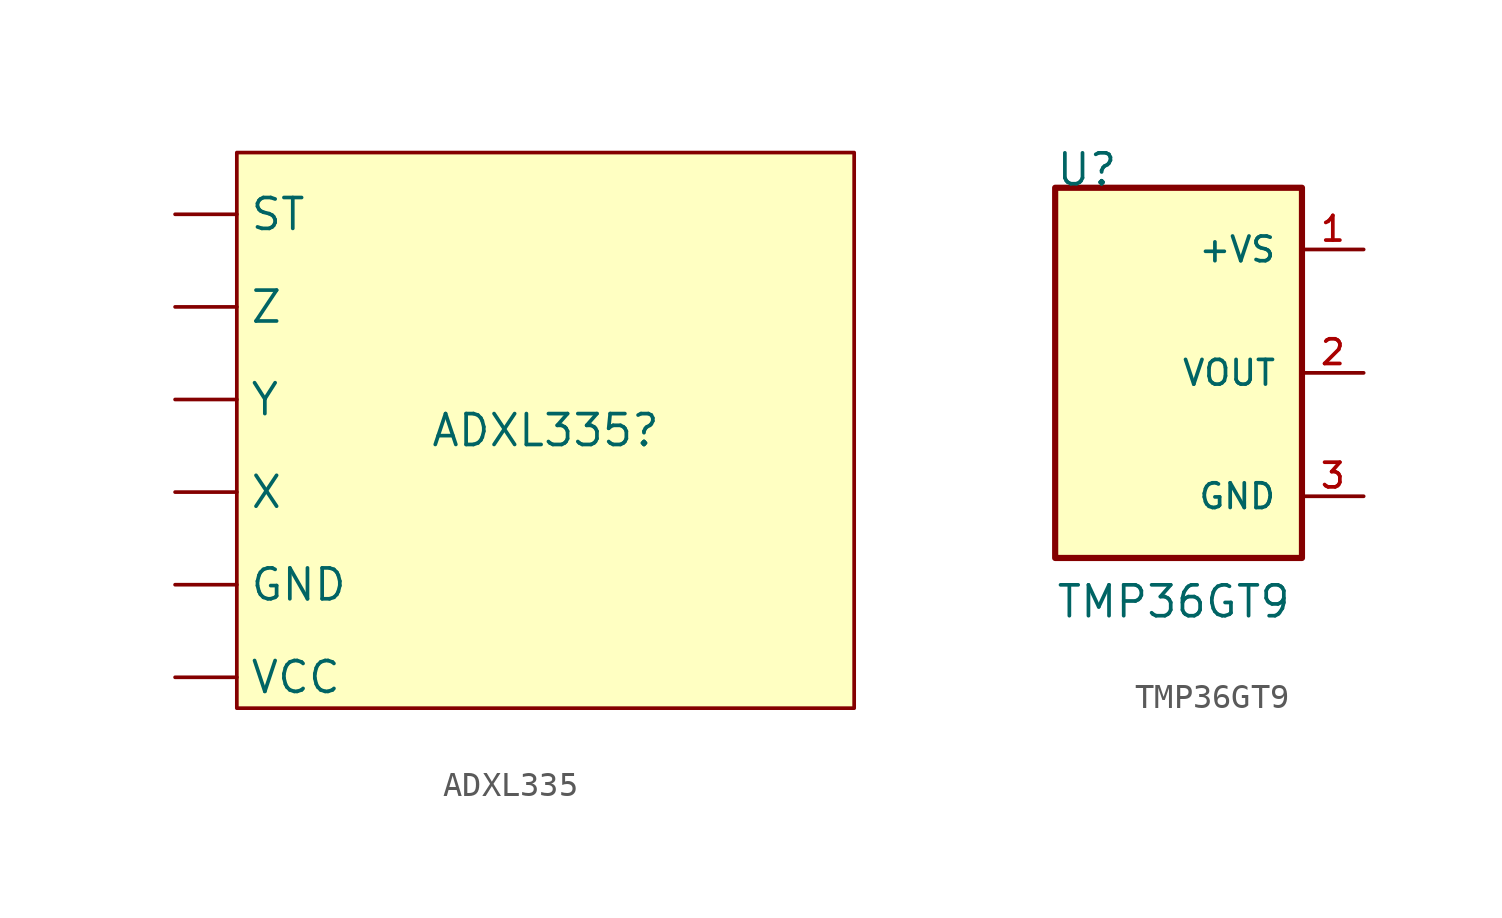
<source format=kicad_sym>
(kicad_symbol_lib
  (version 20241209)
  (generator "kicad_symbol_editor")
  (generator_version "9.0")
  (symbol "ADXL335"
    (property "Reference" "ADXL335"
      (at 0 0 0)
      (effects (font (size 1.27 1.27))))
    (property "Value" ""
      (at 0 0 0)
      (effects (font (size 1.27 1.27))))
    (symbol "ADXL335_1_1"
      (rectangle (start -12.7 11.43) (end 12.7 -11.43) (stroke (width 0) (type solid)) (fill (type color) (color 255 255 194 1)))
      (pin unspecified line (at -15.24 8.89 0) (length 2.54) (name "ST" (effects (font (size 1.27 1.27)))) (number "" (effects (font (size 1.27 1.27)))))
      (pin output line (at -15.24 5.08 0) (length 2.54) (name "Z" (effects (font (size 1.27 1.27)))) (number "" (effects (font (size 1.27 1.27)))))
      (pin output line (at -15.24 1.27 0) (length 2.54) (name "Y" (effects (font (size 1.27 1.27)))) (number "" (effects (font (size 1.27 1.27)))))
      (pin output line (at -15.24 -2.54 0) (length 2.54) (name "X" (effects (font (size 1.27 1.27)))) (number "" (effects (font (size 1.27 1.27)))))
      (pin passive line (at -15.24 -6.35 0) (length 2.54) (name "GND" (effects (font (size 1.27 1.27)))) (number "" (effects (font (size 1.27 1.27)))))
      (pin power_in line (at -15.24 -10.16 0) (length 2.54) (name "VCC" (effects (font (size 1.27 1.27)))) (number "" (effects (font (size 1.27 1.27)))))))
  (symbol "TMP36GT9"
    (pin_names
      (offset 1.016))
    (property "Reference" "U"
      (at -5.083 7.624 0)
      (effects (font (size 1.27 1.27)) (justify left bottom)))
    (property "Value" "TMP36GT9"
      (at -5.08 -10.16 0)
      (effects (font (size 1.27 1.27)) (justify left bottom)))
    (symbol "TMP36GT9_0_0"
      (rectangle (start -5.08 -7.62) (end 5.08 7.62) (stroke (width 0.254) (type default)) (fill (type background)))
      (pin power_in line (at 7.62 5.08 180) (length 2.54) (name "+VS" (effects (font (size 1.016 1.016)))) (number "1" (effects (font (size 1.016 1.016)))))
      (pin output line (at 7.62 0 180) (length 2.54) (name "VOUT" (effects (font (size 1.016 1.016)))) (number "2" (effects (font (size 1.016 1.016)))))
      (pin power_in line (at 7.62 -5.08 180) (length 2.54) (name "GND" (effects (font (size 1.016 1.016)))) (number "3" (effects (font (size 1.016 1.016))))))))
</source>
